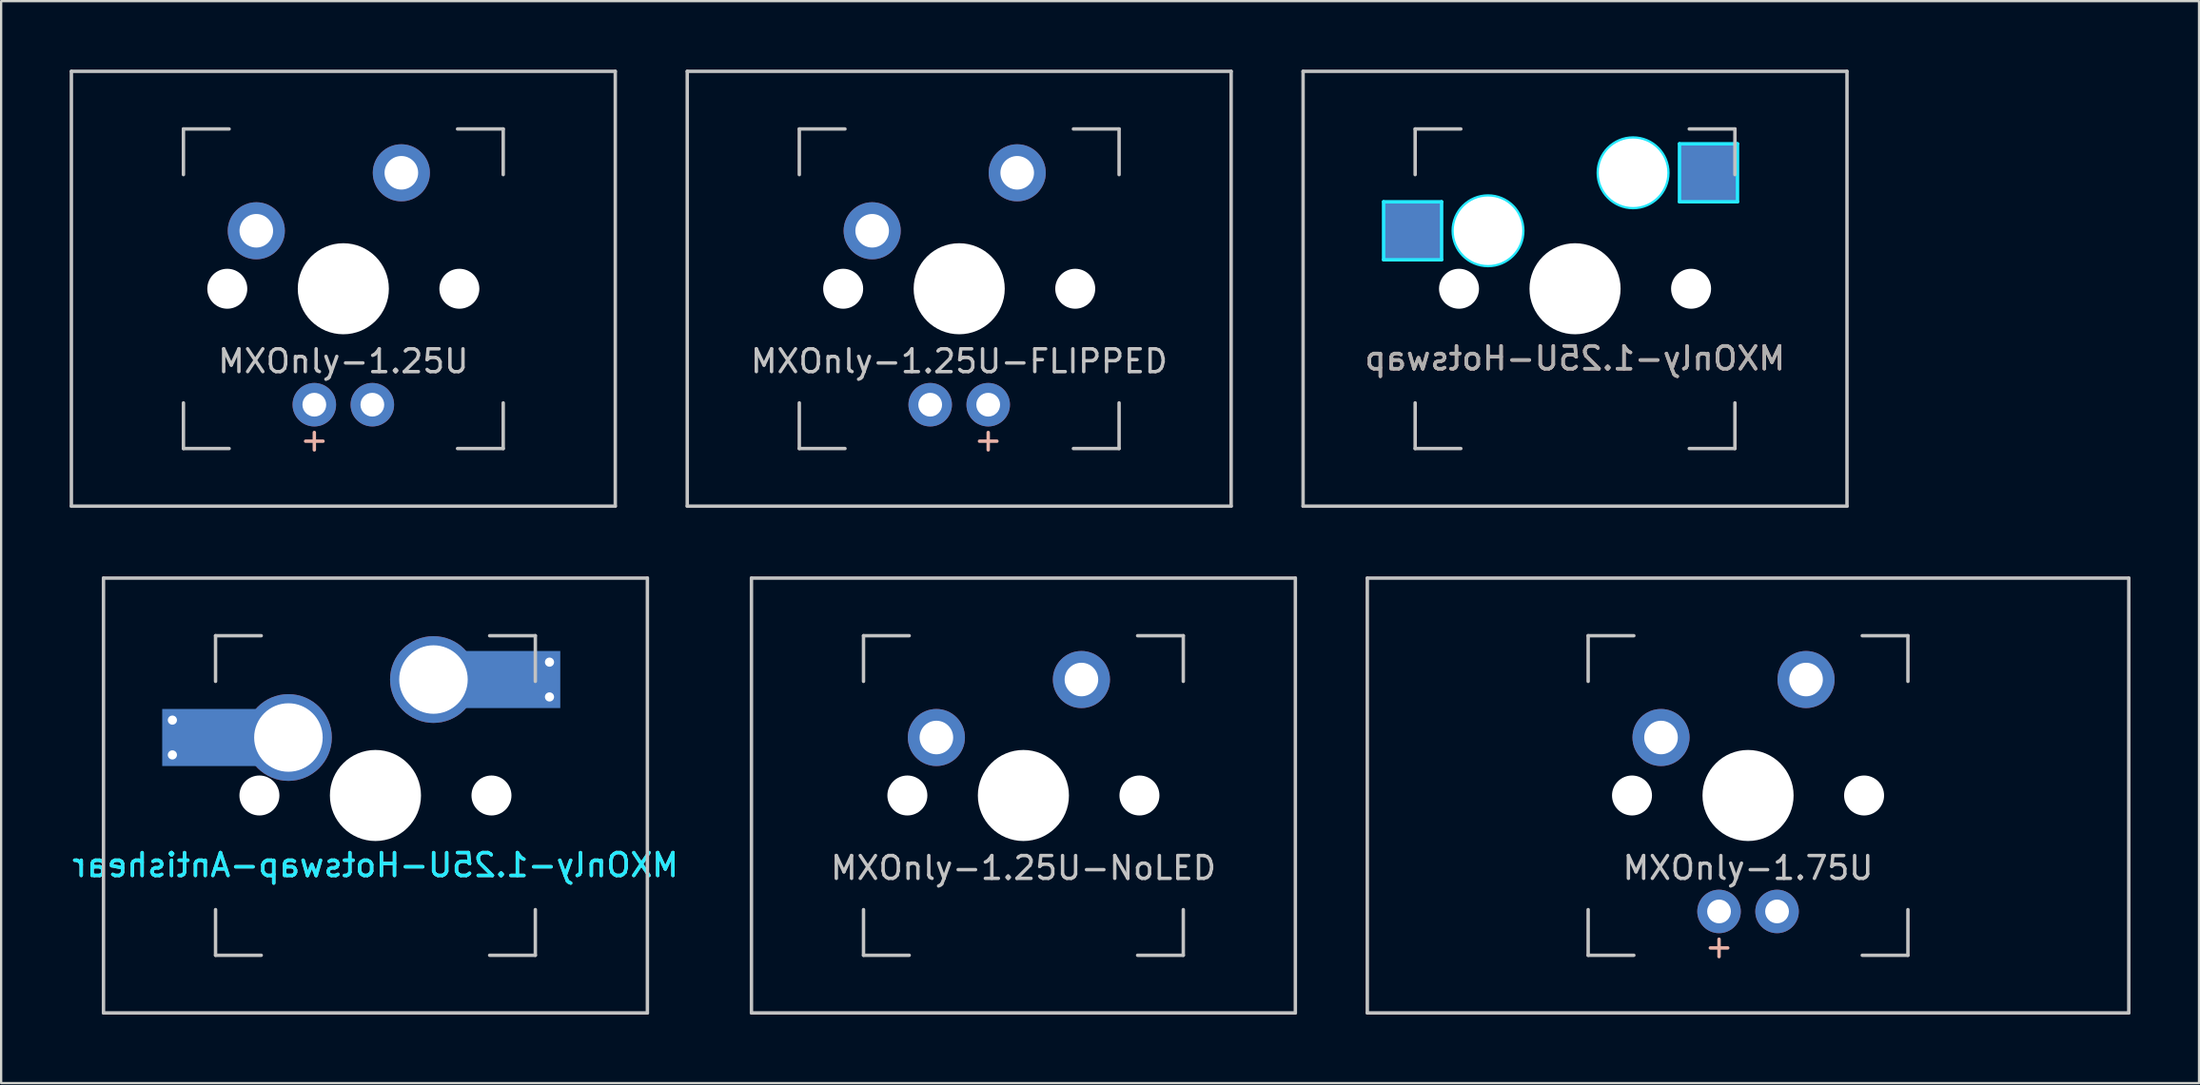
<source format=kicad_pcb>
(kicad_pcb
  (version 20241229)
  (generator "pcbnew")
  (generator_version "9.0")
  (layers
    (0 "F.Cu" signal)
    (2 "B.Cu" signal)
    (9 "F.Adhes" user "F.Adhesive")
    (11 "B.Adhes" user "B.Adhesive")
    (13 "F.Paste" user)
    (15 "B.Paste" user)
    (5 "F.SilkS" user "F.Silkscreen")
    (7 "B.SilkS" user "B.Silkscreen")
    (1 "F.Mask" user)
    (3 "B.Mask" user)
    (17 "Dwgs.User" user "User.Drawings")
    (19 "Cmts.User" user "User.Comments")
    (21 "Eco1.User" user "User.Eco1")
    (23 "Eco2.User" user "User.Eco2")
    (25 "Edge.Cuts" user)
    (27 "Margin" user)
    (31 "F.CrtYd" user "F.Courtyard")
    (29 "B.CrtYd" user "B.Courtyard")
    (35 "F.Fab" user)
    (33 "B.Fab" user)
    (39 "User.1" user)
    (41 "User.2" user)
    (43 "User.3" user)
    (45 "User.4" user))
  (footprint "MXOnly-1.25U"
    (layer "F.Cu")
    (at 11.981 9.6)
    (property "Reference" "MXOnly-1.25U" (at 0 3.175 0) (layer "Dwgs.User") (effects (font (size 1 1) (thickness 0.15))))
    (attr through_hole)
    (fp_line (start -11.906 -9.525) (end 11.906 -9.525) (stroke (width 0.15) (type solid)) (layer "Dwgs.User"))
    (fp_line (start -11.906 9.525) (end -11.906 -9.525) (stroke (width 0.15) (type solid)) (layer "Dwgs.User"))
    (fp_line (start -11.906 9.525) (end 11.906 9.525) (stroke (width 0.15) (type solid)) (layer "Dwgs.User"))
    (fp_line (start -7 -7) (end -7 -5) (stroke (width 0.15) (type solid)) (layer "Dwgs.User"))
    (fp_line (start -7 5) (end -7 7) (stroke (width 0.15) (type solid)) (layer "Dwgs.User"))
    (fp_line (start -7 7) (end -5 7) (stroke (width 0.15) (type solid)) (layer "Dwgs.User"))
    (fp_line (start -5 -7) (end -7 -7) (stroke (width 0.15) (type solid)) (layer "Dwgs.User"))
    (fp_line (start 5 -7) (end 7 -7) (stroke (width 0.15) (type solid)) (layer "Dwgs.User"))
    (fp_line (start 5 7) (end 7 7) (stroke (width 0.15) (type solid)) (layer "Dwgs.User"))
    (fp_line (start 7 -7) (end 7 -5) (stroke (width 0.15) (type solid)) (layer "Dwgs.User"))
    (fp_line (start 7 7) (end 7 5) (stroke (width 0.15) (type solid)) (layer "Dwgs.User"))
    (fp_line (start 11.906 -9.525) (end 11.906 9.525) (stroke (width 0.15) (type solid)) (layer "Dwgs.User"))
    (fp_text user "+" (at -1.27 6.604 0) (layer "B.SilkS") (effects (font (size 1 1) (thickness 0.15))))
    (pad "" np_thru_hole circle (at -5.08 0 48.1) (size 1.75 1.75) (drill 1.75) (layers "*.Cu" "*.Mask"))
    (pad "" np_thru_hole circle (at 0 0) (size 3.988 3.988) (drill 3.988) (layers "*.Cu" "*.Mask"))
    (pad "" np_thru_hole circle (at 5.08 0 48.1) (size 1.75 1.75) (drill 1.75) (layers "*.Cu" "*.Mask"))
    (pad "1" thru_hole circle (at -3.81 -2.54) (size 2.5 2.5) (drill 1.47) (layers "*.Cu" "*.Mask"))
    (pad "2" thru_hole circle (at 2.54 -5.08) (size 2.5 2.5) (drill 1.47) (layers "*.Cu" "*.Mask"))
    (pad "3" thru_hole circle (at -1.27 5.08) (size 1.905 1.905) (drill 1.04) (layers "*.Cu" "*.Mask"))
    (pad "4" thru_hole circle (at 1.27 5.08) (size 1.905 1.905) (drill 1.04) (layers "*.Cu" "*.Mask")))
  (footprint "MXOnly-1.25U-Hotswap-Antishear"
    (layer "F.Cu")
    (at 13.387 31.8)
    (property "Reference" "MXOnly-1.25U-Hotswap-Antishear" (at 0 3.048 0) (layer "B.CrtYd") (effects (font (size 1 1) (thickness 0.15)) (justify mirror)))
    (attr smd)
    (fp_line (start -11.906 -9.525) (end 11.906 -9.525) (stroke (width 0.15) (type solid)) (layer "Dwgs.User"))
    (fp_line (start -11.906 9.525) (end -11.906 -9.525) (stroke (width 0.15) (type solid)) (layer "Dwgs.User"))
    (fp_line (start -7 -7) (end -7 -5) (stroke (width 0.15) (type solid)) (layer "Dwgs.User"))
    (fp_line (start -7 5) (end -7 7) (stroke (width 0.15) (type solid)) (layer "Dwgs.User"))
    (fp_line (start -7 7) (end -5 7) (stroke (width 0.15) (type solid)) (layer "Dwgs.User"))
    (fp_line (start -5 -7) (end -7 -7) (stroke (width 0.15) (type solid)) (layer "Dwgs.User"))
    (fp_line (start 5 -7) (end 7 -7) (stroke (width 0.15) (type solid)) (layer "Dwgs.User"))
    (fp_line (start 5 7) (end 7 7) (stroke (width 0.15) (type solid)) (layer "Dwgs.User"))
    (fp_line (start 7 -7) (end 7 -5) (stroke (width 0.15) (type solid)) (layer "Dwgs.User"))
    (fp_line (start 7 7) (end 7 5) (stroke (width 0.15) (type solid)) (layer "Dwgs.User"))
    (fp_line (start 11.906 -9.525) (end 11.906 9.525) (stroke (width 0.15) (type solid)) (layer "Dwgs.User"))
    (fp_line (start 11.906 9.525) (end -11.906 9.525) (stroke (width 0.15) (type solid)) (layer "Dwgs.User"))
    (fp_text user "${REFERENCE}" (at 0 3.048 0) (layer "B.SilkS") (effects (font (size 1 1) (thickness 0.15)) (justify mirror)))
    (pad "" smd rect (at -7.085 -2.54) (size 2.55 2.5) (layers "B.Mask" "B.Paste"))
    (pad "" np_thru_hole circle (at -5.08 0 48.1) (size 1.75 1.75) (drill 1.75) (layers "*.Cu" "*.Mask"))
    (pad "" np_thru_hole circle (at 0 0) (size 3.988 3.988) (drill 3.988) (layers "*.Cu" "*.Mask"))
    (pad "" np_thru_hole circle (at 5.08 0 48.1) (size 1.75 1.75) (drill 1.75) (layers "*.Cu" "*.Mask"))
    (pad "" smd rect (at 5.815 -5.08) (size 2.55 2.5) (layers "B.Mask" "B.Paste"))
    (pad "1" thru_hole circle (at -8.89 -3.302) (size 0.8 0.8) (drill 0.4) (layers "*.Cu"))
    (pad "1" thru_hole circle (at -8.89 -1.778) (size 0.8 0.8) (drill 0.4) (layers "*.Cu"))
    (pad "1" smd rect (at -7.085 -2.54) (size 4.5 2.5) (layers "B.Cu"))
    (pad "1" thru_hole circle (at -3.81 -2.54) (size 3.8 3.8) (drill 3) (layers "*.Cu"))
    (pad "2" thru_hole circle (at 2.54 -5.08) (size 3.8 3.8) (drill 3) (layers "*.Cu"))
    (pad "2" smd rect (at 5.842 -5.08) (size 4.5 2.5) (layers "B.Cu"))
    (pad "2" thru_hole circle (at 7.62 -5.842) (size 0.8 0.8) (drill 0.4) (layers "*.Cu"))
    (pad "2" thru_hole circle (at 7.62 -4.318) (size 0.8 0.8) (drill 0.4) (layers "*.Cu")))
  (footprint "MXOnly-1.25U-FLIPPED"
    (layer "F.Cu")
    (at 38.944 9.6)
    (property "Reference" "MXOnly-1.25U-FLIPPED" (at 0 3.175 0) (layer "Dwgs.User") (effects (font (size 1 1) (thickness 0.15))))
    (attr through_hole)
    (fp_line (start -11.906 -9.525) (end 11.906 -9.525) (stroke (width 0.15) (type solid)) (layer "Dwgs.User"))
    (fp_line (start -11.906 9.525) (end -11.906 -9.525) (stroke (width 0.15) (type solid)) (layer "Dwgs.User"))
    (fp_line (start -11.906 9.525) (end 11.906 9.525) (stroke (width 0.15) (type solid)) (layer "Dwgs.User"))
    (fp_line (start -7 -7) (end -7 -5) (stroke (width 0.15) (type solid)) (layer "Dwgs.User"))
    (fp_line (start -7 5) (end -7 7) (stroke (width 0.15) (type solid)) (layer "Dwgs.User"))
    (fp_line (start -7 7) (end -5 7) (stroke (width 0.15) (type solid)) (layer "Dwgs.User"))
    (fp_line (start -5 -7) (end -7 -7) (stroke (width 0.15) (type solid)) (layer "Dwgs.User"))
    (fp_line (start 5 -7) (end 7 -7) (stroke (width 0.15) (type solid)) (layer "Dwgs.User"))
    (fp_line (start 5 7) (end 7 7) (stroke (width 0.15) (type solid)) (layer "Dwgs.User"))
    (fp_line (start 7 -7) (end 7 -5) (stroke (width 0.15) (type solid)) (layer "Dwgs.User"))
    (fp_line (start 7 7) (end 7 5) (stroke (width 0.15) (type solid)) (layer "Dwgs.User"))
    (fp_line (start 11.906 -9.525) (end 11.906 9.525) (stroke (width 0.15) (type solid)) (layer "Dwgs.User"))
    (fp_text user "+" (at 1.27 6.604 0) (layer "B.SilkS") (effects (font (size 1 1) (thickness 0.15))))
    (pad "" np_thru_hole circle (at -5.08 0 48.1) (size 1.75 1.75) (drill 1.75) (layers "*.Cu" "*.Mask"))
    (pad "" np_thru_hole circle (at 0 0) (size 3.988 3.988) (drill 3.988) (layers "*.Cu" "*.Mask"))
    (pad "" np_thru_hole circle (at 5.08 0 48.1) (size 1.75 1.75) (drill 1.75) (layers "*.Cu" "*.Mask"))
    (pad "1" thru_hole circle (at -3.81 -2.54) (size 2.5 2.5) (drill 1.47) (layers "*.Cu" "*.Mask"))
    (pad "2" thru_hole circle (at 2.54 -5.08) (size 2.5 2.5) (drill 1.47) (layers "*.Cu" "*.Mask"))
    (pad "3" thru_hole circle (at 1.27 5.08) (size 1.905 1.905) (drill 1.04) (layers "*.Cu" "*.Mask"))
    (pad "4" thru_hole circle (at -1.27 5.08) (size 1.905 1.905) (drill 1.04) (layers "*.Cu" "*.Mask")))
  (footprint "MXOnly-1.75U"
    (layer "F.Cu")
    (at 73.48 31.8)
    (property "Reference" "MXOnly-1.75U" (at 0 3.175 0) (layer "Dwgs.User") (effects (font (size 1 1) (thickness 0.15))))
    (attr through_hole)
    (fp_line (start -16.669 -9.525) (end 16.669 -9.525) (stroke (width 0.15) (type solid)) (layer "Dwgs.User"))
    (fp_line (start -16.669 9.525) (end -16.669 -9.525) (stroke (width 0.15) (type solid)) (layer "Dwgs.User"))
    (fp_line (start -16.669 9.525) (end 16.669 9.525) (stroke (width 0.15) (type solid)) (layer "Dwgs.User"))
    (fp_line (start -7 -7) (end -7 -5) (stroke (width 0.15) (type solid)) (layer "Dwgs.User"))
    (fp_line (start -7 5) (end -7 7) (stroke (width 0.15) (type solid)) (layer "Dwgs.User"))
    (fp_line (start -7 7) (end -5 7) (stroke (width 0.15) (type solid)) (layer "Dwgs.User"))
    (fp_line (start -5 -7) (end -7 -7) (stroke (width 0.15) (type solid)) (layer "Dwgs.User"))
    (fp_line (start 5 -7) (end 7 -7) (stroke (width 0.15) (type solid)) (layer "Dwgs.User"))
    (fp_line (start 5 7) (end 7 7) (stroke (width 0.15) (type solid)) (layer "Dwgs.User"))
    (fp_line (start 7 -7) (end 7 -5) (stroke (width 0.15) (type solid)) (layer "Dwgs.User"))
    (fp_line (start 7 7) (end 7 5) (stroke (width 0.15) (type solid)) (layer "Dwgs.User"))
    (fp_line (start 16.669 -9.525) (end 16.669 9.525) (stroke (width 0.15) (type solid)) (layer "Dwgs.User"))
    (fp_text user "+" (at -1.27 6.604 0) (layer "B.SilkS") (effects (font (size 1 1) (thickness 0.15))))
    (pad "" np_thru_hole circle (at -5.08 0 48.1) (size 1.75 1.75) (drill 1.75) (layers "*.Cu" "*.Mask"))
    (pad "" np_thru_hole circle (at 0 0) (size 3.988 3.988) (drill 3.988) (layers "*.Cu" "*.Mask"))
    (pad "" np_thru_hole circle (at 5.08 0 48.1) (size 1.75 1.75) (drill 1.75) (layers "*.Cu" "*.Mask"))
    (pad "1" thru_hole circle (at -3.81 -2.54) (size 2.5 2.5) (drill 1.47) (layers "*.Cu" "*.Mask"))
    (pad "2" thru_hole circle (at 2.54 -5.08) (size 2.5 2.5) (drill 1.47) (layers "*.Cu" "*.Mask"))
    (pad "3" thru_hole circle (at -1.27 5.08) (size 1.905 1.905) (drill 1.04) (layers "*.Cu" "*.Mask"))
    (pad "4" thru_hole circle (at 1.27 5.08) (size 1.905 1.905) (drill 1.04) (layers "*.Cu" "*.Mask")))
  (footprint "MXOnly-1.25U-Hotswap"
    (layer "F.Cu")
    (at 65.906 9.6)
    (property "Reference" "MXOnly-1.25U-Hotswap" (at 0 3.048 0) (layer "F.Fab") (effects (font (size 1 1) (thickness 0.15)) (justify mirror)))
    (attr smd)
    (fp_line (start -11.906 -9.525) (end 11.906 -9.525) (stroke (width 0.15) (type solid)) (layer "Dwgs.User"))
    (fp_line (start -11.906 9.525) (end -11.906 -9.525) (stroke (width 0.15) (type solid)) (layer "Dwgs.User"))
    (fp_line (start -7 -7) (end -7 -5) (stroke (width 0.15) (type solid)) (layer "Dwgs.User"))
    (fp_line (start -7 5) (end -7 7) (stroke (width 0.15) (type solid)) (layer "Dwgs.User"))
    (fp_line (start -7 7) (end -5 7) (stroke (width 0.15) (type solid)) (layer "Dwgs.User"))
    (fp_line (start -5 -7) (end -7 -7) (stroke (width 0.15) (type solid)) (layer "Dwgs.User"))
    (fp_line (start 5 -7) (end 7 -7) (stroke (width 0.15) (type solid)) (layer "Dwgs.User"))
    (fp_line (start 5 7) (end 7 7) (stroke (width 0.15) (type solid)) (layer "Dwgs.User"))
    (fp_line (start 7 -7) (end 7 -5) (stroke (width 0.15) (type solid)) (layer "Dwgs.User"))
    (fp_line (start 7 7) (end 7 5) (stroke (width 0.15) (type solid)) (layer "Dwgs.User"))
    (fp_line (start 11.906 -9.525) (end 11.906 9.525) (stroke (width 0.15) (type solid)) (layer "Dwgs.User"))
    (fp_line (start 11.906 9.525) (end -11.906 9.525) (stroke (width 0.15) (type solid)) (layer "Dwgs.User"))
    (fp_line (start -8.382 -3.81) (end -5.842 -3.81) (stroke (width 0.15) (type solid)) (layer "B.CrtYd"))
    (fp_line (start -8.382 -1.27) (end -8.382 -3.81) (stroke (width 0.15) (type solid)) (layer "B.CrtYd"))
    (fp_line (start -5.842 -3.81) (end -5.842 -1.27) (stroke (width 0.15) (type solid)) (layer "B.CrtYd"))
    (fp_line (start -5.842 -1.27) (end -8.382 -1.27) (stroke (width 0.15) (type solid)) (layer "B.CrtYd"))
    (fp_line (start 4.572 -6.35) (end 7.112 -6.35) (stroke (width 0.15) (type solid)) (layer "B.CrtYd"))
    (fp_line (start 4.572 -3.81) (end 4.572 -6.35) (stroke (width 0.15) (type solid)) (layer "B.CrtYd"))
    (fp_line (start 7.112 -6.35) (end 7.112 -3.81) (stroke (width 0.15) (type solid)) (layer "B.CrtYd"))
    (fp_line (start 7.112 -3.81) (end 4.572 -3.81) (stroke (width 0.15) (type solid)) (layer "B.CrtYd"))
    (fp_circle (center -3.81 -2.54) (end -3.81 -4.064) (stroke (width 0.15) (type solid)) (fill no) (layer "B.CrtYd"))
    (fp_circle (center 2.54 -5.08) (end 2.54 -6.604) (stroke (width 0.15) (type solid)) (fill no) (layer "B.CrtYd"))
    (fp_text user "${REFERENCE}" (at 0 3.048 0) (layer "B.SilkS") (effects (font (size 1 1) (thickness 0.15)) (justify mirror)))
    (pad "" np_thru_hole circle (at -5.08 0 48.1) (size 1.75 1.75) (drill 1.75) (layers "*.Cu" "*.Mask"))
    (pad "" np_thru_hole circle (at -3.81 -2.54) (size 3 3) (drill 3) (layers "*.Cu" "*.Mask"))
    (pad "" np_thru_hole circle (at 0 0) (size 3.988 3.988) (drill 3.988) (layers "*.Cu" "*.Mask"))
    (pad "" np_thru_hole circle (at 2.54 -5.08) (size 3 3) (drill 3) (layers "*.Cu" "*.Mask"))
    (pad "" np_thru_hole circle (at 5.08 0 48.1) (size 1.75 1.75) (drill 1.75) (layers "*.Cu" "*.Mask"))
    (pad "1" smd rect (at -7.085 -2.54) (size 2.55 2.5) (layers "B.Cu" "B.Mask" "B.Paste"))
    (pad "2" smd rect (at 5.842 -5.08) (size 2.55 2.5) (layers "B.Cu" "B.Mask" "B.Paste")))
  (footprint "MXOnly-1.25U-NoLED"
    (layer "F.Cu")
    (at 41.755 31.8)
    (property "Reference" "MXOnly-1.25U-NoLED" (at 0 3.175 0) (layer "Dwgs.User") (effects (font (size 1 1) (thickness 0.15))))
    (attr through_hole)
    (fp_line (start -11.906 -9.525) (end 11.906 -9.525) (stroke (width 0.15) (type solid)) (layer "Dwgs.User"))
    (fp_line (start -11.906 9.525) (end -11.906 -9.525) (stroke (width 0.15) (type solid)) (layer "Dwgs.User"))
    (fp_line (start -11.906 9.525) (end 11.906 9.525) (stroke (width 0.15) (type solid)) (layer "Dwgs.User"))
    (fp_line (start -7 -7) (end -7 -5) (stroke (width 0.15) (type solid)) (layer "Dwgs.User"))
    (fp_line (start -7 5) (end -7 7) (stroke (width 0.15) (type solid)) (layer "Dwgs.User"))
    (fp_line (start -7 7) (end -5 7) (stroke (width 0.15) (type solid)) (layer "Dwgs.User"))
    (fp_line (start -5 -7) (end -7 -7) (stroke (width 0.15) (type solid)) (layer "Dwgs.User"))
    (fp_line (start 5 -7) (end 7 -7) (stroke (width 0.15) (type solid)) (layer "Dwgs.User"))
    (fp_line (start 5 7) (end 7 7) (stroke (width 0.15) (type solid)) (layer "Dwgs.User"))
    (fp_line (start 7 -7) (end 7 -5) (stroke (width 0.15) (type solid)) (layer "Dwgs.User"))
    (fp_line (start 7 7) (end 7 5) (stroke (width 0.15) (type solid)) (layer "Dwgs.User"))
    (fp_line (start 11.906 -9.525) (end 11.906 9.525) (stroke (width 0.15) (type solid)) (layer "Dwgs.User"))
    (pad "" np_thru_hole circle (at -5.08 0 48.1) (size 1.75 1.75) (drill 1.75) (layers "*.Cu" "*.Mask"))
    (pad "" np_thru_hole circle (at 0 0) (size 3.988 3.988) (drill 3.988) (layers "*.Cu" "*.Mask"))
    (pad "" np_thru_hole circle (at 5.08 0 48.1) (size 1.75 1.75) (drill 1.75) (layers "*.Cu" "*.Mask"))
    (pad "1" thru_hole circle (at -3.81 -2.54) (size 2.5 2.5) (drill 1.47) (layers "*.Cu" "*.Mask"))
    (pad "2" thru_hole circle (at 2.54 -5.08) (size 2.5 2.5) (drill 1.47) (layers "*.Cu" "*.Mask")))
  (gr_rect
    (start -3 -3)
    (end 93.224 44.4)
    (stroke (width 0.1) (type default))
    (fill no)
    (layer "Edge.Cuts")))
</source>
